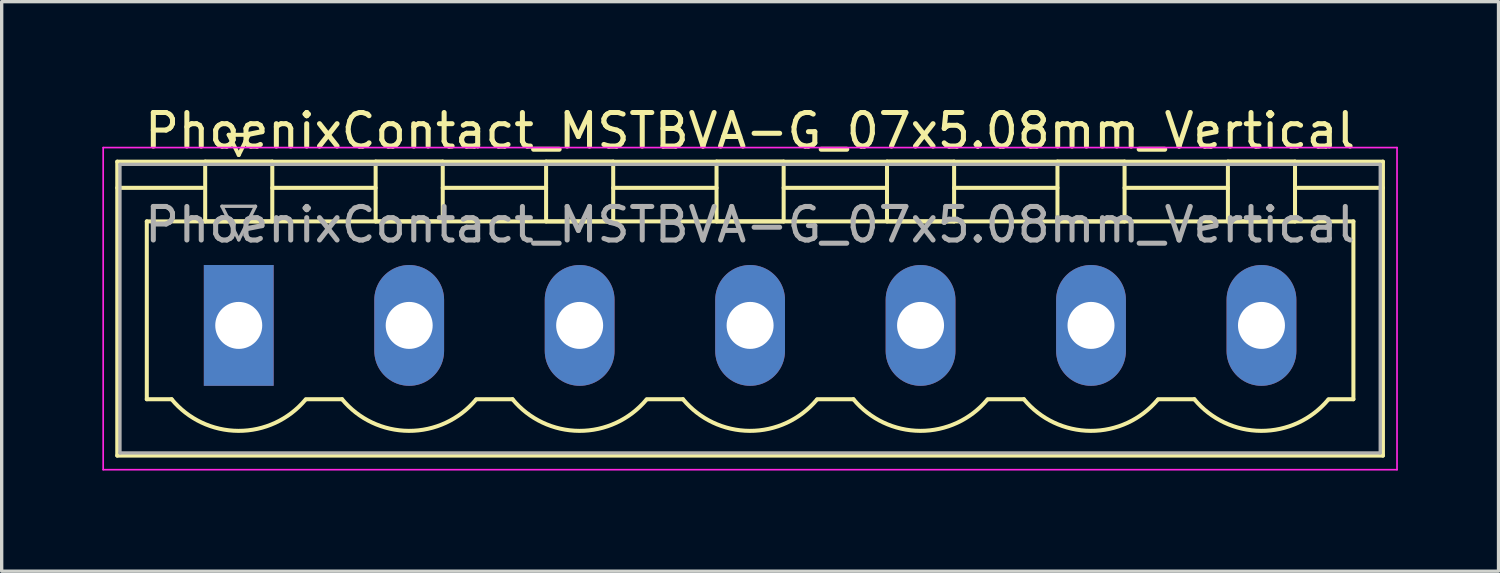
<source format=kicad_pcb>
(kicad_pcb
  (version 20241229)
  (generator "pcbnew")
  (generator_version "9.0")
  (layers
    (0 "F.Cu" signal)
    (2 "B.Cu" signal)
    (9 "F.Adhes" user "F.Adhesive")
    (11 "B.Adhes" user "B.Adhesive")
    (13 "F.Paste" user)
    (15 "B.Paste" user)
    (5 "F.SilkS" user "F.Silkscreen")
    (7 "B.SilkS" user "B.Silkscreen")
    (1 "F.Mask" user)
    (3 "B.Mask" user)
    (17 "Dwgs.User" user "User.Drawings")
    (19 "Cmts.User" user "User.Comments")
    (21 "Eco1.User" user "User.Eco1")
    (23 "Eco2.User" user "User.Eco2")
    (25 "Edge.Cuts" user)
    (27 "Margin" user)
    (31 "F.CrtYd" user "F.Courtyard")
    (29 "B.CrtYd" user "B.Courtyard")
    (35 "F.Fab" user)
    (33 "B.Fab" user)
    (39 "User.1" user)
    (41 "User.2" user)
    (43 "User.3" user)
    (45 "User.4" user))
  (footprint "PhoenixContact_MSTBVA-G_07x5.08mm_Vertical"
    (layer "F.Cu")
    (at 4.065 6.648)
    (property "Reference" "PhoenixContact_MSTBVA-G_07x5.08mm_Vertical" (at 15.24 -5.8 0) (layer "F.SilkS") (effects (font (size 1 1) (thickness 0.15))))
    (attr through_hole)
    (fp_line (start -3.62 -4.88) (end -3.62 3.88) (stroke (width 0.12) (type solid)) (layer "F.SilkS"))
    (fp_line (start -3.62 -4.1) (end -1.08 -4.1) (stroke (width 0.12) (type solid)) (layer "F.SilkS"))
    (fp_line (start -3.62 3.88) (end 34.1 3.88) (stroke (width 0.12) (type solid)) (layer "F.SilkS"))
    (fp_line (start -2.74 -3.1) (end 33.22 -3.1) (stroke (width 0.12) (type solid)) (layer "F.SilkS"))
    (fp_line (start -2.74 2.2) (end -2.74 -3.1) (stroke (width 0.12) (type solid)) (layer "F.SilkS"))
    (fp_line (start -2 2.2) (end -2.74 2.2) (stroke (width 0.12) (type solid)) (layer "F.SilkS"))
    (fp_line (start -1 -4.88) (end 1 -4.88) (stroke (width 0.12) (type solid)) (layer "F.SilkS"))
    (fp_line (start -1 -3.1) (end -1 -4.88) (stroke (width 0.12) (type solid)) (layer "F.SilkS"))
    (fp_line (start -0.3 -5.68) (end 0.3 -5.68) (stroke (width 0.12) (type solid)) (layer "F.SilkS"))
    (fp_line (start 0 -5.08) (end -0.3 -5.68) (stroke (width 0.12) (type solid)) (layer "F.SilkS"))
    (fp_line (start 0.3 -5.68) (end 0 -5.08) (stroke (width 0.12) (type solid)) (layer "F.SilkS"))
    (fp_line (start 1 -4.88) (end 1 -3.1) (stroke (width 0.12) (type solid)) (layer "F.SilkS"))
    (fp_line (start 1 -4.1) (end 4.08 -4.1) (stroke (width 0.12) (type solid)) (layer "F.SilkS"))
    (fp_line (start 1 -3.1) (end -1 -3.1) (stroke (width 0.12) (type solid)) (layer "F.SilkS"))
    (fp_line (start 2 2.2) (end 3.08 2.2) (stroke (width 0.12) (type solid)) (layer "F.SilkS"))
    (fp_line (start 4.08 -4.88) (end 6.08 -4.88) (stroke (width 0.12) (type solid)) (layer "F.SilkS"))
    (fp_line (start 4.08 -3.1) (end 4.08 -4.88) (stroke (width 0.12) (type solid)) (layer "F.SilkS"))
    (fp_line (start 6.08 -4.88) (end 6.08 -3.1) (stroke (width 0.12) (type solid)) (layer "F.SilkS"))
    (fp_line (start 6.08 -4.1) (end 9.16 -4.1) (stroke (width 0.12) (type solid)) (layer "F.SilkS"))
    (fp_line (start 6.08 -3.1) (end 4.08 -3.1) (stroke (width 0.12) (type solid)) (layer "F.SilkS"))
    (fp_line (start 7.08 2.2) (end 8.16 2.2) (stroke (width 0.12) (type solid)) (layer "F.SilkS"))
    (fp_line (start 9.16 -4.88) (end 11.16 -4.88) (stroke (width 0.12) (type solid)) (layer "F.SilkS"))
    (fp_line (start 9.16 -3.1) (end 9.16 -4.88) (stroke (width 0.12) (type solid)) (layer "F.SilkS"))
    (fp_line (start 11.16 -4.88) (end 11.16 -3.1) (stroke (width 0.12) (type solid)) (layer "F.SilkS"))
    (fp_line (start 11.16 -4.1) (end 14.24 -4.1) (stroke (width 0.12) (type solid)) (layer "F.SilkS"))
    (fp_line (start 11.16 -3.1) (end 9.16 -3.1) (stroke (width 0.12) (type solid)) (layer "F.SilkS"))
    (fp_line (start 12.16 2.2) (end 13.24 2.2) (stroke (width 0.12) (type solid)) (layer "F.SilkS"))
    (fp_line (start 14.24 -4.88) (end 16.24 -4.88) (stroke (width 0.12) (type solid)) (layer "F.SilkS"))
    (fp_line (start 14.24 -3.1) (end 14.24 -4.88) (stroke (width 0.12) (type solid)) (layer "F.SilkS"))
    (fp_line (start 16.24 -4.88) (end 16.24 -3.1) (stroke (width 0.12) (type solid)) (layer "F.SilkS"))
    (fp_line (start 16.24 -4.1) (end 19.32 -4.1) (stroke (width 0.12) (type solid)) (layer "F.SilkS"))
    (fp_line (start 16.24 -3.1) (end 14.24 -3.1) (stroke (width 0.12) (type solid)) (layer "F.SilkS"))
    (fp_line (start 17.24 2.2) (end 18.32 2.2) (stroke (width 0.12) (type solid)) (layer "F.SilkS"))
    (fp_line (start 19.32 -4.88) (end 21.32 -4.88) (stroke (width 0.12) (type solid)) (layer "F.SilkS"))
    (fp_line (start 19.32 -3.1) (end 19.32 -4.88) (stroke (width 0.12) (type solid)) (layer "F.SilkS"))
    (fp_line (start 21.32 -4.88) (end 21.32 -3.1) (stroke (width 0.12) (type solid)) (layer "F.SilkS"))
    (fp_line (start 21.32 -4.1) (end 24.4 -4.1) (stroke (width 0.12) (type solid)) (layer "F.SilkS"))
    (fp_line (start 21.32 -3.1) (end 19.32 -3.1) (stroke (width 0.12) (type solid)) (layer "F.SilkS"))
    (fp_line (start 22.32 2.2) (end 23.4 2.2) (stroke (width 0.12) (type solid)) (layer "F.SilkS"))
    (fp_line (start 24.4 -4.88) (end 26.4 -4.88) (stroke (width 0.12) (type solid)) (layer "F.SilkS"))
    (fp_line (start 24.4 -3.1) (end 24.4 -4.88) (stroke (width 0.12) (type solid)) (layer "F.SilkS"))
    (fp_line (start 26.4 -4.88) (end 26.4 -3.1) (stroke (width 0.12) (type solid)) (layer "F.SilkS"))
    (fp_line (start 26.4 -4.1) (end 29.48 -4.1) (stroke (width 0.12) (type solid)) (layer "F.SilkS"))
    (fp_line (start 26.4 -3.1) (end 24.4 -3.1) (stroke (width 0.12) (type solid)) (layer "F.SilkS"))
    (fp_line (start 27.4 2.2) (end 28.48 2.2) (stroke (width 0.12) (type solid)) (layer "F.SilkS"))
    (fp_line (start 29.48 -4.88) (end 31.48 -4.88) (stroke (width 0.12) (type solid)) (layer "F.SilkS"))
    (fp_line (start 29.48 -3.1) (end 29.48 -4.88) (stroke (width 0.12) (type solid)) (layer "F.SilkS"))
    (fp_line (start 31.48 -4.88) (end 31.48 -3.1) (stroke (width 0.12) (type solid)) (layer "F.SilkS"))
    (fp_line (start 31.48 -3.1) (end 29.48 -3.1) (stroke (width 0.12) (type solid)) (layer "F.SilkS"))
    (fp_line (start 33.22 -3.1) (end 33.22 2.2) (stroke (width 0.12) (type solid)) (layer "F.SilkS"))
    (fp_line (start 33.22 2.2) (end 32.48 2.2) (stroke (width 0.12) (type solid)) (layer "F.SilkS"))
    (fp_line (start 34.1 -4.88) (end -3.62 -4.88) (stroke (width 0.12) (type solid)) (layer "F.SilkS"))
    (fp_line (start 34.1 -4.1) (end 31.56 -4.1) (stroke (width 0.12) (type solid)) (layer "F.SilkS"))
    (fp_line (start 34.1 3.88) (end 34.1 -4.88) (stroke (width 0.12) (type solid)) (layer "F.SilkS"))
    (fp_arc (start 1.986842 2.215821) (mid -0.010289 3.142758) (end -2 2.2) (stroke (width 0.12) (type solid)) (layer "F.SilkS"))
    (fp_arc (start 7.066842 2.215821) (mid 5.069711 3.142758) (end 3.08 2.2) (stroke (width 0.12) (type solid)) (layer "F.SilkS"))
    (fp_arc (start 12.146842 2.215821) (mid 10.149711 3.142758) (end 8.16 2.2) (stroke (width 0.12) (type solid)) (layer "F.SilkS"))
    (fp_arc (start 17.226842 2.215821) (mid 15.229711 3.142758) (end 13.24 2.2) (stroke (width 0.12) (type solid)) (layer "F.SilkS"))
    (fp_arc (start 22.306842 2.215821) (mid 20.309711 3.142758) (end 18.32 2.2) (stroke (width 0.12) (type solid)) (layer "F.SilkS"))
    (fp_arc (start 27.386842 2.215821) (mid 25.389711 3.142758) (end 23.4 2.2) (stroke (width 0.12) (type solid)) (layer "F.SilkS"))
    (fp_arc (start 32.466842 2.215821) (mid 30.469711 3.142758) (end 28.48 2.2) (stroke (width 0.12) (type solid)) (layer "F.SilkS"))
    (fp_line (start -4.04 -5.3) (end -4.04 4.3) (stroke (width 0.05) (type solid)) (layer "F.CrtYd"))
    (fp_line (start -4.04 4.3) (end 34.52 4.3) (stroke (width 0.05) (type solid)) (layer "F.CrtYd"))
    (fp_line (start 34.52 -5.3) (end -4.04 -5.3) (stroke (width 0.05) (type solid)) (layer "F.CrtYd"))
    (fp_line (start 34.52 4.3) (end 34.52 -5.3) (stroke (width 0.05) (type solid)) (layer "F.CrtYd"))
    (fp_line (start -3.54 -4.8) (end -3.54 3.8) (stroke (width 0.1) (type solid)) (layer "F.Fab"))
    (fp_line (start -3.54 3.8) (end 34.02 3.8) (stroke (width 0.1) (type solid)) (layer "F.Fab"))
    (fp_line (start -0.5 -3.55) (end 0.5 -3.55) (stroke (width 0.1) (type solid)) (layer "F.Fab"))
    (fp_line (start 0 -2.55) (end -0.5 -3.55) (stroke (width 0.1) (type solid)) (layer "F.Fab"))
    (fp_line (start 0.5 -3.55) (end 0 -2.55) (stroke (width 0.1) (type solid)) (layer "F.Fab"))
    (fp_line (start 34.02 -4.8) (end -3.54 -4.8) (stroke (width 0.1) (type solid)) (layer "F.Fab"))
    (fp_line (start 34.02 3.8) (end 34.02 -4.8) (stroke (width 0.1) (type solid)) (layer "F.Fab"))
    (fp_text user "${REFERENCE}" (at 15.24 -3 0) (layer "F.Fab") (effects (font (size 1 1) (thickness 0.15))))
    (pad "1" thru_hole rect (at 0 0) (size 2.08 3.6) (drill 1.4) (layers "*.Cu" "*.Mask"))
    (pad "2" thru_hole oval (at 5.08 0) (size 2.08 3.6) (drill 1.4) (layers "*.Cu" "*.Mask"))
    (pad "3" thru_hole oval (at 10.16 0) (size 2.08 3.6) (drill 1.4) (layers "*.Cu" "*.Mask"))
    (pad "4" thru_hole oval (at 15.24 0) (size 2.08 3.6) (drill 1.4) (layers "*.Cu" "*.Mask"))
    (pad "5" thru_hole oval (at 20.32 0) (size 2.08 3.6) (drill 1.4) (layers "*.Cu" "*.Mask"))
    (pad "6" thru_hole oval (at 25.4 0) (size 2.08 3.6) (drill 1.4) (layers "*.Cu" "*.Mask"))
    (pad "7" thru_hole oval (at 30.48 0) (size 2.08 3.6) (drill 1.4) (layers "*.Cu" "*.Mask")))
  (gr_rect
    (start -3 -3)
    (end 41.61 13.973)
    (stroke (width 0.1) (type default))
    (fill no)
    (layer "Edge.Cuts")))
</source>
